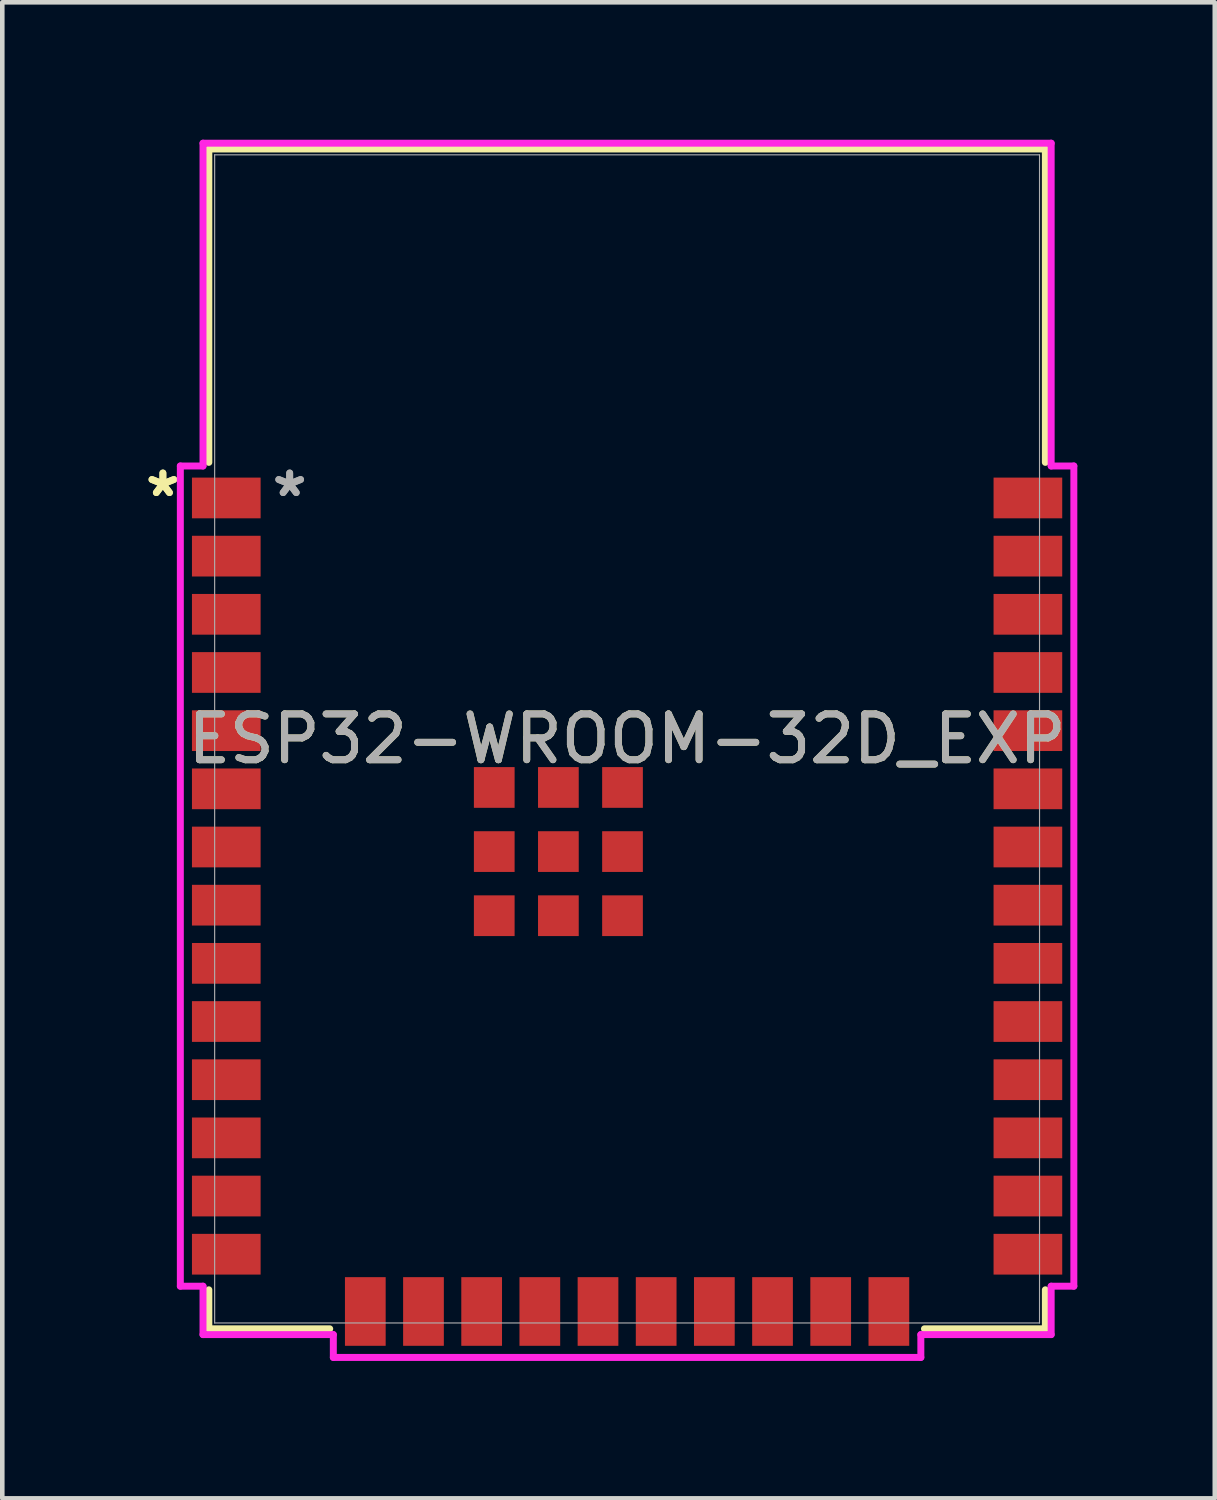
<source format=kicad_pcb>
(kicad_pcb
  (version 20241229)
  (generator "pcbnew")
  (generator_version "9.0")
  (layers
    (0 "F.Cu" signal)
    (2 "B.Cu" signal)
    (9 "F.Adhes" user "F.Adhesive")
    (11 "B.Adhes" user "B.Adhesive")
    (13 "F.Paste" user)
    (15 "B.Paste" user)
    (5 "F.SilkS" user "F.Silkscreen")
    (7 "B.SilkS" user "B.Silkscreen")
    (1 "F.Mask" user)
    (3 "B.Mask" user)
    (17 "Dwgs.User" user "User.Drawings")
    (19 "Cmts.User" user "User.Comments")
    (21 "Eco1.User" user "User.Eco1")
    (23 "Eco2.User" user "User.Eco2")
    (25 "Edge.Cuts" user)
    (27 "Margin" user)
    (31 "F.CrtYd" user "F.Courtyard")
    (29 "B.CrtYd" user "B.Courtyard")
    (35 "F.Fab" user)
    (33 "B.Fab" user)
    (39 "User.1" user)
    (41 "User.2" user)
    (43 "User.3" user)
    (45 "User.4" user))
  (footprint "ESP32-WROOM-32D_EXP"
    (layer "F.Cu")
    (at 10.64 13.081)
    (property "Reference" "ESP32-WROOM-32D_EXP" (at 0 0 0) (unlocked yes) (layer "F.SilkS") (effects (font (size 1 1) (thickness 0.15))))
    (attr smd)
    (fp_line (start -9.131 -12.878) (end -9.131 -6.037) (stroke (width 0.152) (type solid)) (layer "F.SilkS"))
    (fp_line (start -9.131 12.027) (end -9.131 12.878) (stroke (width 0.152) (type solid)) (layer "F.SilkS"))
    (fp_line (start -9.131 12.878) (end -6.492 12.878) (stroke (width 0.152) (type solid)) (layer "F.SilkS"))
    (fp_line (start 6.492 12.878) (end 9.131 12.878) (stroke (width 0.152) (type solid)) (layer "F.SilkS"))
    (fp_line (start 9.131 -12.878) (end -9.131 -12.878) (stroke (width 0.152) (type solid)) (layer "F.SilkS"))
    (fp_line (start 9.131 -6.037) (end 9.131 -12.878) (stroke (width 0.152) (type solid)) (layer "F.SilkS"))
    (fp_line (start 9.131 12.878) (end 9.131 12.027) (stroke (width 0.152) (type solid)) (layer "F.SilkS"))
    (fp_poly (pts (xy -9.004 -12.751) (xy -9.004 -6.553) (xy 9.004 -6.553) (xy 9.004 -12.751)) (stroke (width 0.1) (type solid)) (fill no) (layer "Eco2.User"))
    (fp_line (start -9.753 -5.958) (end -9.753 11.948) (stroke (width 0.152) (type solid)) (layer "F.CrtYd"))
    (fp_line (start -9.753 11.948) (end -9.258 11.948) (stroke (width 0.152) (type solid)) (layer "F.CrtYd"))
    (fp_line (start -9.258 -13.005) (end -9.258 -5.958) (stroke (width 0.152) (type solid)) (layer "F.CrtYd"))
    (fp_line (start -9.258 -5.958) (end -9.753 -5.958) (stroke (width 0.152) (type solid)) (layer "F.CrtYd"))
    (fp_line (start -9.258 11.948) (end -9.258 13.005) (stroke (width 0.152) (type solid)) (layer "F.CrtYd"))
    (fp_line (start -9.258 13.005) (end -6.413 13.005) (stroke (width 0.152) (type solid)) (layer "F.CrtYd"))
    (fp_line (start -6.413 13.005) (end -6.413 13.503) (stroke (width 0.152) (type solid)) (layer "F.CrtYd"))
    (fp_line (start -6.413 13.503) (end 6.413 13.503) (stroke (width 0.152) (type solid)) (layer "F.CrtYd"))
    (fp_line (start 6.413 13.005) (end 9.258 13.005) (stroke (width 0.152) (type solid)) (layer "F.CrtYd"))
    (fp_line (start 6.413 13.503) (end 6.413 13.005) (stroke (width 0.152) (type solid)) (layer "F.CrtYd"))
    (fp_line (start 9.258 -13.005) (end -9.258 -13.005) (stroke (width 0.152) (type solid)) (layer "F.CrtYd"))
    (fp_line (start 9.258 -5.958) (end 9.258 -13.005) (stroke (width 0.152) (type solid)) (layer "F.CrtYd"))
    (fp_line (start 9.258 11.948) (end 9.753 11.948) (stroke (width 0.152) (type solid)) (layer "F.CrtYd"))
    (fp_line (start 9.258 13.005) (end 9.258 11.948) (stroke (width 0.152) (type solid)) (layer "F.CrtYd"))
    (fp_line (start 9.753 -5.958) (end 9.258 -5.958) (stroke (width 0.152) (type solid)) (layer "F.CrtYd"))
    (fp_line (start 9.753 11.948) (end 9.753 -5.958) (stroke (width 0.152) (type solid)) (layer "F.CrtYd"))
    (fp_line (start -9.004 -12.751) (end -9.004 12.751) (stroke (width 0.025) (type solid)) (layer "F.Fab"))
    (fp_line (start -9.004 12.751) (end 9.004 12.751) (stroke (width 0.025) (type solid)) (layer "F.Fab"))
    (fp_line (start 9.004 -12.751) (end -9.004 -12.751) (stroke (width 0.025) (type solid)) (layer "F.Fab"))
    (fp_line (start 9.004 12.751) (end 9.004 -12.751) (stroke (width 0.025) (type solid)) (layer "F.Fab"))
    (fp_text user "*" (at -10.134 -5.26 0) (layer "F.SilkS") (effects (font (size 1 1) (thickness 0.15))))
    (fp_text user "*" (at -10.134 -5.26 0) (unlocked yes) (layer "F.SilkS") (effects (font (size 1 1) (thickness 0.15))))
    (fp_text user "${REFERENCE}" (at 0 0 0) (unlocked yes) (layer "F.Fab") (effects (font (size 1 1) (thickness 0.15))))
    (fp_text user "*" (at -7.366 -5.26 0) (unlocked yes) (layer "F.Fab") (effects (font (size 1 1) (thickness 0.15))))
    (fp_text user "*" (at -7.366 -5.26 0) (layer "F.Fab") (effects (font (size 1 1) (thickness 0.15))))
    (pad "1" smd rect (at -8.75 -5.26) (size 1.499 0.889) (layers "F.Cu" "F.Mask" "F.Paste"))
    (pad "2" smd rect (at -8.75 -3.99) (size 1.499 0.889) (layers "F.Cu" "F.Mask" "F.Paste"))
    (pad "3" smd rect (at -8.75 -2.72) (size 1.499 0.889) (layers "F.Cu" "F.Mask" "F.Paste"))
    (pad "4" smd rect (at -8.75 -1.45) (size 1.499 0.889) (layers "F.Cu" "F.Mask" "F.Paste"))
    (pad "5" smd rect (at -8.75 -0.18) (size 1.499 0.889) (layers "F.Cu" "F.Mask" "F.Paste"))
    (pad "6" smd rect (at -8.75 1.09) (size 1.499 0.889) (layers "F.Cu" "F.Mask" "F.Paste"))
    (pad "7" smd rect (at -8.75 2.36) (size 1.499 0.889) (layers "F.Cu" "F.Mask" "F.Paste"))
    (pad "8" smd rect (at -8.75 3.63) (size 1.499 0.889) (layers "F.Cu" "F.Mask" "F.Paste"))
    (pad "9" smd rect (at -8.75 4.9) (size 1.499 0.889) (layers "F.Cu" "F.Mask" "F.Paste"))
    (pad "10" smd rect (at -8.75 6.17) (size 1.499 0.889) (layers "F.Cu" "F.Mask" "F.Paste"))
    (pad "11" smd rect (at -8.75 7.44) (size 1.499 0.889) (layers "F.Cu" "F.Mask" "F.Paste"))
    (pad "12" smd rect (at -8.75 8.71) (size 1.499 0.889) (layers "F.Cu" "F.Mask" "F.Paste"))
    (pad "13" smd rect (at -8.75 9.98) (size 1.499 0.889) (layers "F.Cu" "F.Mask" "F.Paste"))
    (pad "14" smd rect (at -8.75 11.25) (size 1.499 0.889) (layers "F.Cu" "F.Mask" "F.Paste"))
    (pad "15" smd rect (at -5.715 12.5 90) (size 1.499 0.889) (layers "F.Cu" "F.Mask" "F.Paste"))
    (pad "16" smd rect (at -4.445 12.5 90) (size 1.499 0.889) (layers "F.Cu" "F.Mask" "F.Paste"))
    (pad "17" smd rect (at -3.175 12.5 90) (size 1.499 0.889) (layers "F.Cu" "F.Mask" "F.Paste"))
    (pad "18" smd rect (at -1.905 12.5 90) (size 1.499 0.889) (layers "F.Cu" "F.Mask" "F.Paste"))
    (pad "19" smd rect (at -0.635 12.5 90) (size 1.499 0.889) (layers "F.Cu" "F.Mask" "F.Paste"))
    (pad "20" smd rect (at 0.635 12.5 90) (size 1.499 0.889) (layers "F.Cu" "F.Mask" "F.Paste"))
    (pad "21" smd rect (at 1.905 12.5 90) (size 1.499 0.889) (layers "F.Cu" "F.Mask" "F.Paste"))
    (pad "22" smd rect (at 3.175 12.5 90) (size 1.499 0.889) (layers "F.Cu" "F.Mask" "F.Paste"))
    (pad "23" smd rect (at 4.445 12.5 90) (size 1.499 0.889) (layers "F.Cu" "F.Mask" "F.Paste"))
    (pad "24" smd rect (at 5.715 12.5 90) (size 1.499 0.889) (layers "F.Cu" "F.Mask" "F.Paste"))
    (pad "25" smd rect (at 8.75 11.25) (size 1.499 0.889) (layers "F.Cu" "F.Mask" "F.Paste"))
    (pad "26" smd rect (at 8.75 9.98) (size 1.499 0.889) (layers "F.Cu" "F.Mask" "F.Paste"))
    (pad "27" smd rect (at 8.75 8.71) (size 1.499 0.889) (layers "F.Cu" "F.Mask" "F.Paste"))
    (pad "28" smd rect (at 8.75 7.44) (size 1.499 0.889) (layers "F.Cu" "F.Mask" "F.Paste"))
    (pad "29" smd rect (at 8.75 6.17) (size 1.499 0.889) (layers "F.Cu" "F.Mask" "F.Paste"))
    (pad "30" smd rect (at 8.75 4.9) (size 1.499 0.889) (layers "F.Cu" "F.Mask" "F.Paste"))
    (pad "31" smd rect (at 8.75 3.63) (size 1.499 0.889) (layers "F.Cu" "F.Mask" "F.Paste"))
    (pad "32" smd rect (at 8.75 2.36) (size 1.499 0.889) (layers "F.Cu" "F.Mask" "F.Paste"))
    (pad "33" smd rect (at 8.75 1.09) (size 1.499 0.889) (layers "F.Cu" "F.Mask" "F.Paste"))
    (pad "34" smd rect (at 8.75 -0.18) (size 1.499 0.889) (layers "F.Cu" "F.Mask" "F.Paste"))
    (pad "35" smd rect (at 8.75 -1.45) (size 1.499 0.889) (layers "F.Cu" "F.Mask" "F.Paste"))
    (pad "36" smd rect (at 8.75 -2.72) (size 1.499 0.889) (layers "F.Cu" "F.Mask" "F.Paste"))
    (pad "37" smd rect (at 8.75 -3.99) (size 1.499 0.889) (layers "F.Cu" "F.Mask" "F.Paste"))
    (pad "38" smd rect (at 8.75 -5.26) (size 1.499 0.889) (layers "F.Cu" "F.Mask" "F.Paste"))
    (pad "39" smd rect (at -1.5 2.46) (size 0.889 0.889) (layers "F.Cu" "F.Mask" "F.Paste"))
    (pad "40" smd rect (at -2.9 1.06) (size 0.889 0.889) (layers "F.Cu" "F.Mask" "F.Paste"))
    (pad "41" smd rect (at -2.9 2.46) (size 0.889 0.889) (layers "F.Cu" "F.Mask" "F.Paste"))
    (pad "42" smd rect (at -2.9 3.86) (size 0.889 0.889) (layers "F.Cu" "F.Mask" "F.Paste"))
    (pad "43" smd rect (at -1.5 3.86) (size 0.889 0.889) (layers "F.Cu" "F.Mask" "F.Paste"))
    (pad "44" smd rect (at -0.1 3.86) (size 0.889 0.889) (layers "F.Cu" "F.Mask" "F.Paste"))
    (pad "45" smd rect (at -0.1 2.46) (size 0.889 0.889) (layers "F.Cu" "F.Mask" "F.Paste"))
    (pad "46" smd rect (at -0.1 1.06) (size 0.889 0.889) (layers "F.Cu" "F.Mask" "F.Paste"))
    (pad "47" smd rect (at -1.5 1.06) (size 0.889 0.889) (layers "F.Cu" "F.Mask" "F.Paste")))
  (gr_rect
    (start -3 -3)
    (end 23.47 29.66)
    (stroke (width 0.1) (type default))
    (fill no)
    (layer "Edge.Cuts")))
</source>
